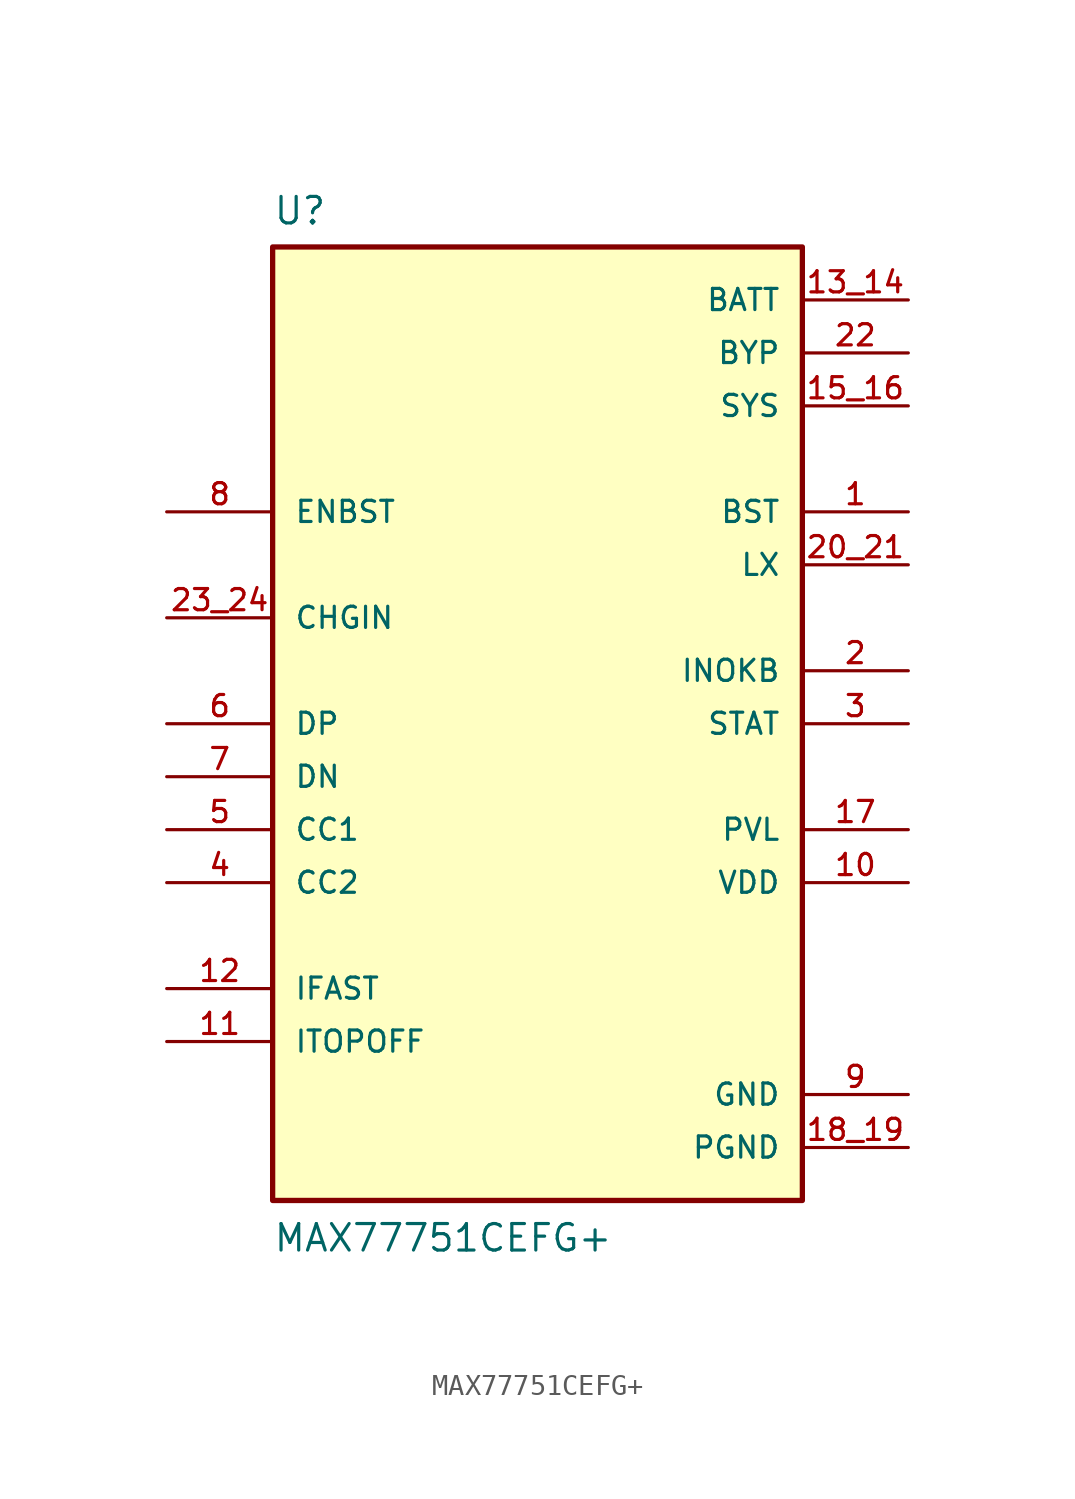
<source format=kicad_sym>
(kicad_symbol_lib
  (version 20211014)
  (generator kicad_symbol_editor)
  (symbol "MAX77751CEFG+"
    (pin_names
      (offset 1.016))
    (property "Reference" "U"
      (at -12.7 23.851 0)
      (effects (font (size 1.27 1.27)) (justify left bottom)))
    (property "Value" "MAX77751CEFG+"
      (at -12.7 -25.4 0)
      (effects (font (size 1.27 1.27)) (justify left bottom)))
    (property "ki_locked" ""
      (at 0 0 0)
      (effects (font (size 1.27 1.27))))
    (symbol "MAX77751CEFG+_0_0"
      (rectangle (start -12.7 -22.86) (end 12.7 22.86) (stroke (width 0.254) (type default) (color 0 0 0 0)) (fill (type background)))
      (pin passive line (at 17.78 10.16 180) (length 5.08) (name "BST" (effects (font (size 1.016 1.016)))) (number "1" (effects (font (size 1.016 1.016)))))
      (pin output line (at 17.78 -7.62 180) (length 5.08) (name "VDD" (effects (font (size 1.016 1.016)))) (number "10" (effects (font (size 1.016 1.016)))))
      (pin passive line (at -17.78 -15.24 0) (length 5.08) (name "ITOPOFF" (effects (font (size 1.016 1.016)))) (number "11" (effects (font (size 1.016 1.016)))))
      (pin passive line (at -17.78 -12.7 0) (length 5.08) (name "IFAST" (effects (font (size 1.016 1.016)))) (number "12" (effects (font (size 1.016 1.016)))))
      (pin power_in line (at 17.78 20.32 180) (length 5.08) (name "BATT" (effects (font (size 1.016 1.016)))) (number "13_14" (effects (font (size 1.016 1.016)))))
      (pin power_in line (at 17.78 15.24 180) (length 5.08) (name "SYS" (effects (font (size 1.016 1.016)))) (number "15_16" (effects (font (size 1.016 1.016)))))
      (pin output line (at 17.78 -5.08 180) (length 5.08) (name "PVL" (effects (font (size 1.016 1.016)))) (number "17" (effects (font (size 1.016 1.016)))))
      (pin power_in line (at 17.78 -20.32 180) (length 5.08) (name "PGND" (effects (font (size 1.016 1.016)))) (number "18_19" (effects (font (size 1.016 1.016)))))
      (pin output line (at 17.78 2.54 180) (length 5.08) (name "INOKB" (effects (font (size 1.016 1.016)))) (number "2" (effects (font (size 1.016 1.016)))))
      (pin passive line (at 17.78 7.62 180) (length 5.08) (name "LX" (effects (font (size 1.016 1.016)))) (number "20_21" (effects (font (size 1.016 1.016)))))
      (pin power_in line (at 17.78 17.78 180) (length 5.08) (name "BYP" (effects (font (size 1.016 1.016)))) (number "22" (effects (font (size 1.016 1.016)))))
      (pin input line (at -17.78 5.08 0) (length 5.08) (name "CHGIN" (effects (font (size 1.016 1.016)))) (number "23_24" (effects (font (size 1.016 1.016)))))
      (pin output line (at 17.78 0 180) (length 5.08) (name "STAT" (effects (font (size 1.016 1.016)))) (number "3" (effects (font (size 1.016 1.016)))))
      (pin bidirectional line (at -17.78 -7.62 0) (length 5.08) (name "CC2" (effects (font (size 1.016 1.016)))) (number "4" (effects (font (size 1.016 1.016)))))
      (pin bidirectional line (at -17.78 -5.08 0) (length 5.08) (name "CC1" (effects (font (size 1.016 1.016)))) (number "5" (effects (font (size 1.016 1.016)))))
      (pin bidirectional line (at -17.78 0 0) (length 5.08) (name "DP" (effects (font (size 1.016 1.016)))) (number "6" (effects (font (size 1.016 1.016)))))
      (pin bidirectional line (at -17.78 -2.54 0) (length 5.08) (name "DN" (effects (font (size 1.016 1.016)))) (number "7" (effects (font (size 1.016 1.016)))))
      (pin input line (at -17.78 10.16 0) (length 5.08) (name "ENBST" (effects (font (size 1.016 1.016)))) (number "8" (effects (font (size 1.016 1.016)))))
      (pin power_in line (at 17.78 -17.78 180) (length 5.08) (name "GND" (effects (font (size 1.016 1.016)))) (number "9" (effects (font (size 1.016 1.016))))))))
</source>
